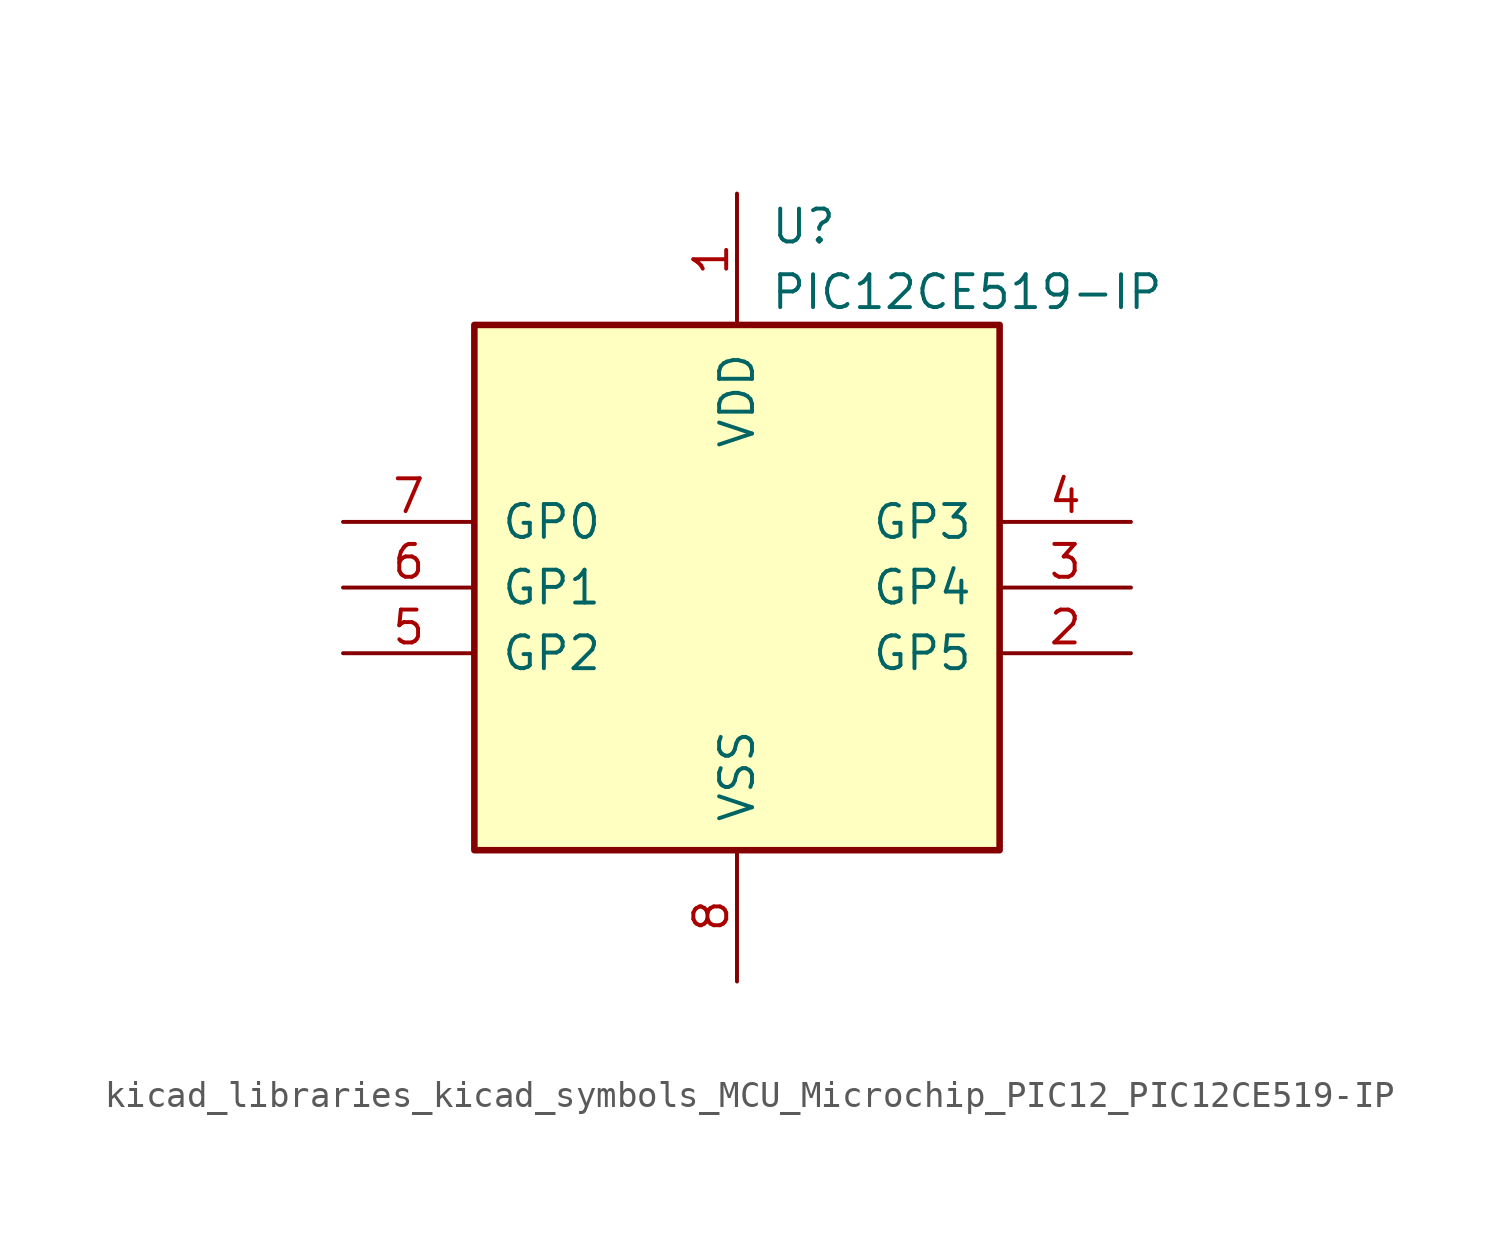
<source format=kicad_sym>
(kicad_symbol_lib
  (version 20220914)
  (generator kicad_symbol_editor)
  (symbol "kicad_libraries_kicad_symbols_MCU_Microchip_PIC12_PIC12CE519-IP"
    (pin_names
      (offset 1.016))
    (property "Reference" "U"
      (at 1.27 13.97 0)
      (effects (font (size 1.27 1.27)) (justify left)))
    (property "Value" "PIC12CE519-IP"
      (at 1.27 11.43 0)
      (effects (font (size 1.27 1.27)) (justify left)))
    (symbol "kicad_libraries_kicad_symbols_MCU_Microchip_PIC12_PIC12CE519-IP_0_1"
      (rectangle (start 10.16 -10.16) (end -10.16 10.16) (stroke (width 0.254) (type default)) (fill (type background))))
    (symbol "kicad_libraries_kicad_symbols_MCU_Microchip_PIC12_PIC12CE519-IP_1_1"
      (pin power_in line (at 0 15.24 270) (length 5.08) (name "VDD" (effects (font (size 1.27 1.27)))) (number "1" (effects (font (size 1.27 1.27)))))
      (pin bidirectional line (at 15.24 -2.54 180) (length 5.08) (name "GP5" (effects (font (size 1.27 1.27)))) (number "2" (effects (font (size 1.27 1.27)))))
      (pin bidirectional line (at 15.24 0 180) (length 5.08) (name "GP4" (effects (font (size 1.27 1.27)))) (number "3" (effects (font (size 1.27 1.27)))))
      (pin input line (at 15.24 2.54 180) (length 5.08) (name "GP3" (effects (font (size 1.27 1.27)))) (number "4" (effects (font (size 1.27 1.27)))))
      (pin bidirectional line (at -15.24 -2.54 0) (length 5.08) (name "GP2" (effects (font (size 1.27 1.27)))) (number "5" (effects (font (size 1.27 1.27)))))
      (pin bidirectional line (at -15.24 0 0) (length 5.08) (name "GP1" (effects (font (size 1.27 1.27)))) (number "6" (effects (font (size 1.27 1.27)))))
      (pin bidirectional line (at -15.24 2.54 0) (length 5.08) (name "GP0" (effects (font (size 1.27 1.27)))) (number "7" (effects (font (size 1.27 1.27)))))
      (pin power_in line (at 0 -15.24 90) (length 5.08) (name "VSS" (effects (font (size 1.27 1.27)))) (number "8" (effects (font (size 1.27 1.27))))))))
</source>
